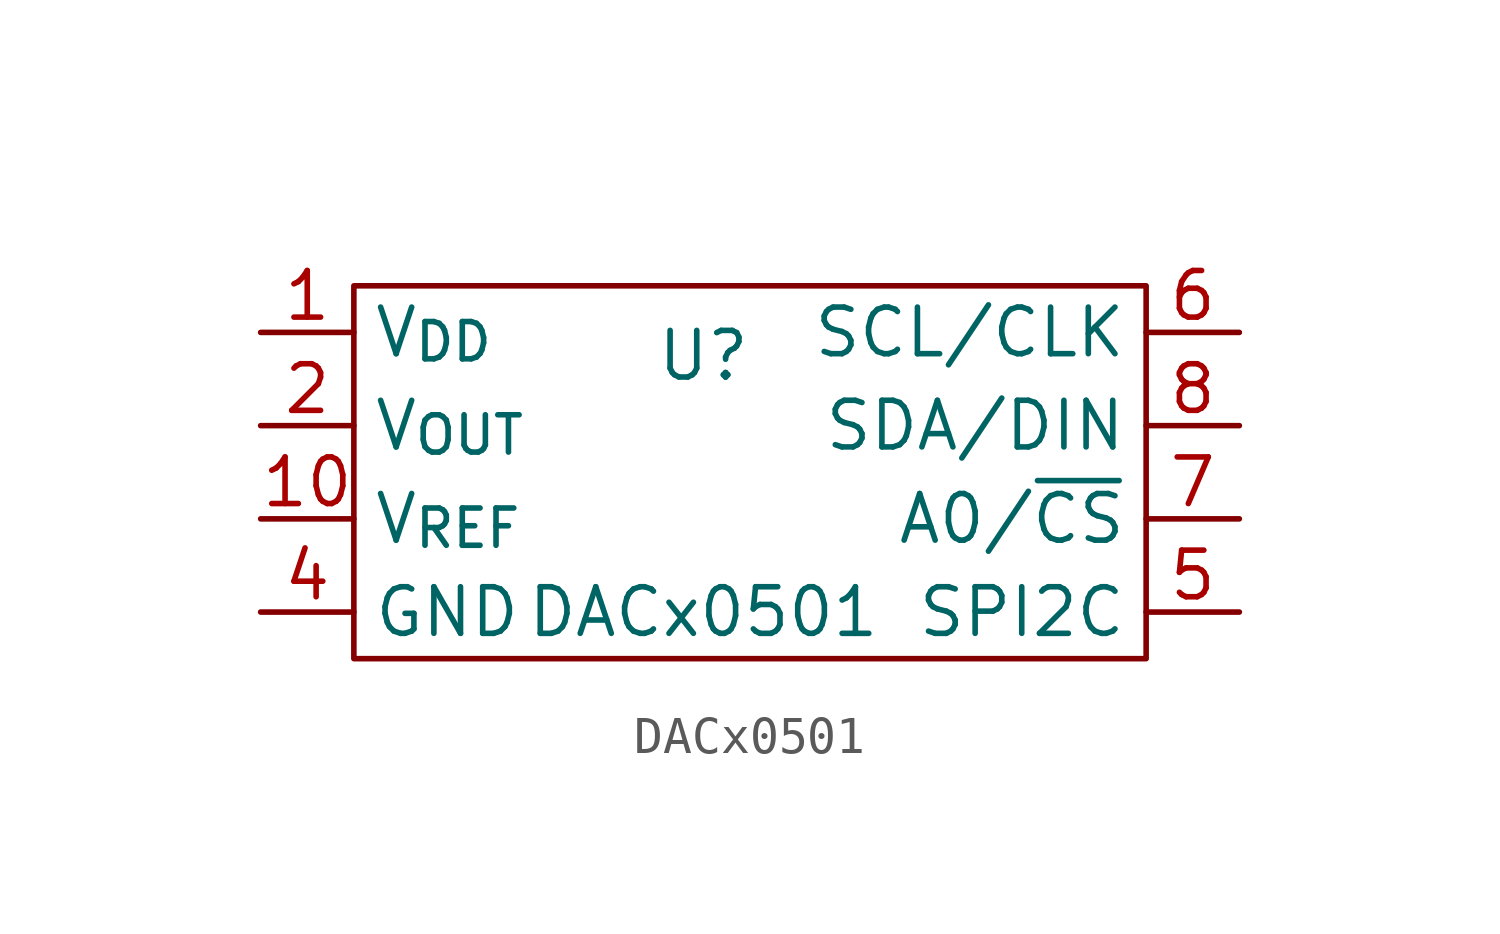
<source format=kicad_sym>
(kicad_symbol_lib
  (version 20220914)
  (generator kicad_symbol_editor)
  (symbol "DACx0501"
    (property "Reference" "U"
      (at 0 4.445 0)
      (effects (font (size 1.27 1.27))))
    (property "Value" "DACx0501"
      (at 0 -2.54 0)
      (effects (font (size 1.27 1.27))))
    (symbol "DACx0501_0_1"
      (rectangle (start -9.525 6.35) (end 12.065 -3.81) (stroke (width 0) (type default)) (fill (type none))))
    (symbol "DACx0501_1_1"
      (pin input line (at -12.065 5.08 0) (length 2.54) (name "V_{DD}" (effects (font (size 1.27 1.27)))) (number "1" (effects (font (size 1.27 1.27)))))
      (pin input line (at -12.065 0 0) (length 2.54) (name "V_{REF}" (effects (font (size 1.27 1.27)))) (number "10" (effects (font (size 1.27 1.27)))))
      (pin input line (at -12.065 2.54 0) (length 2.54) (name "V_{OUT}" (effects (font (size 1.27 1.27)))) (number "2" (effects (font (size 1.27 1.27)))))
      (pin no_connect line (at -3.81 8.89 270) (length 2.54) hide (name "NC" (effects (font (size 1.27 1.27)))) (number "3" (effects (font (size 1.27 1.27)))))
      (pin input line (at -12.065 -2.54 0) (length 2.54) (name "GND" (effects (font (size 1.27 1.27)))) (number "4" (effects (font (size 1.27 1.27)))))
      (pin input line (at 14.605 -2.54 180) (length 2.54) (name "SPI2C" (effects (font (size 1.27 1.27)))) (number "5" (effects (font (size 1.27 1.27)))))
      (pin input line (at 14.605 5.08 180) (length 2.54) (name "SCL/CLK" (effects (font (size 1.27 1.27)))) (number "6" (effects (font (size 1.27 1.27)))))
      (pin input line (at 14.605 0 180) (length 2.54) (name "A0/~{CS}" (effects (font (size 1.27 1.27)))) (number "7" (effects (font (size 1.27 1.27)))))
      (pin input line (at 14.605 2.54 180) (length 2.54) (name "SDA/DIN" (effects (font (size 1.27 1.27)))) (number "8" (effects (font (size 1.27 1.27)))))
      (pin no_connect line (at -1.27 8.89 270) (length 2.54) hide (name "NC" (effects (font (size 1.27 1.27)))) (number "9" (effects (font (size 1.27 1.27))))))))
</source>
